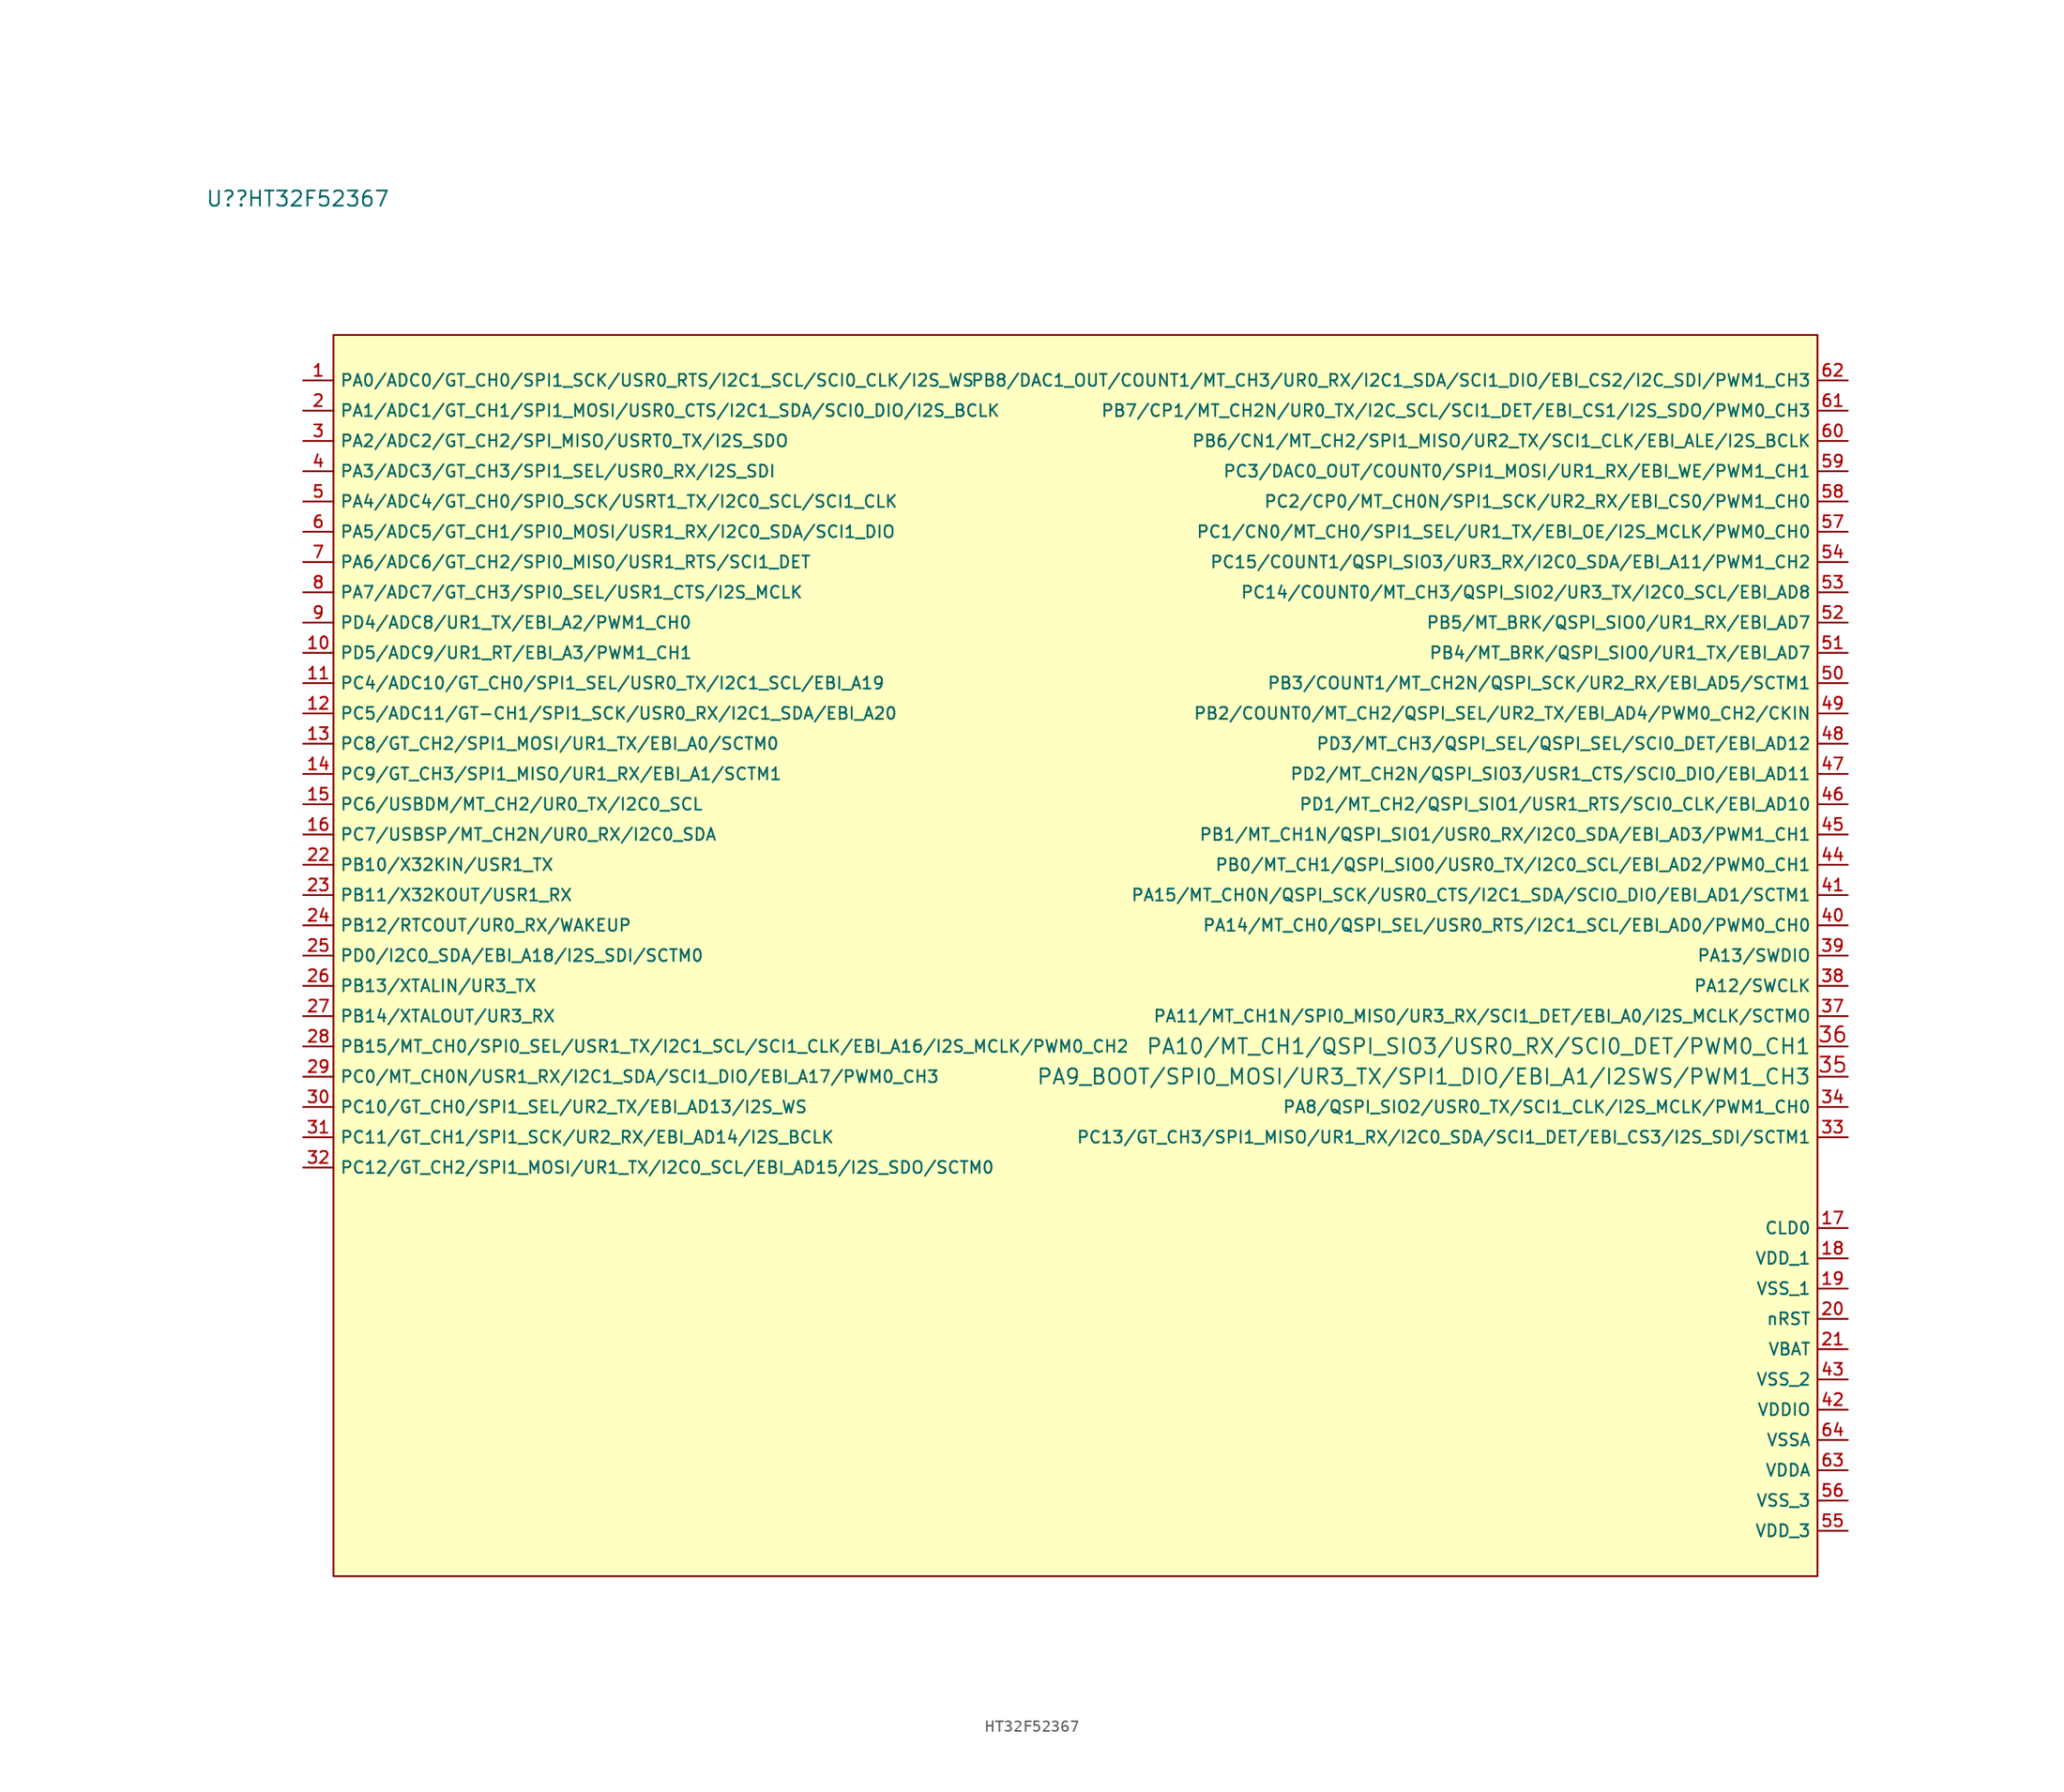
<source format=kicad_sym>
(kicad_symbol_lib
  (version 20211014)
  (generator kicad_symbol_editor)
  (symbol "HT32F52367"
    (property "Reference" "U?"
      (at -41.91 59.69 0)
      (effects (font (size 1.27 1.27))))
    (property "Value" "HT32F52367"
      (at -34.29 59.69 0)
      (effects (font (size 1.27 1.27))))
    (symbol "HT32F52367_0_1"
      (rectangle (start -33.02 48.26) (end 91.44 -55.88) (stroke (width 0) (type default) (color 0 0 0 0)) (fill (type background))))
    (symbol "HT32F52367_1_1"
      (pin passive line (at -35.56 44.45 0) (length 2.54) (name "PA0/ADC0/GT_CH0/SPI1_SCK/USR0_RTS/I2C1_SCL/SCI0_CLK/I2S_WS" (effects (font (size 1 1)))) (number "1" (effects (font (size 1 1)))))
      (pin passive line (at -35.56 21.59 0) (length 2.54) (name "PD5/ADC9/UR1_RT/EBI_A3/PWM1_CH1" (effects (font (size 1 1)))) (number "10" (effects (font (size 1 1)))))
      (pin passive line (at -35.56 19.05 0) (length 2.54) (name "PC4/ADC10/GT_CH0/SPI1_SEL/USR0_TX/I2C1_SCL/EBI_A19" (effects (font (size 1 1)))) (number "11" (effects (font (size 1 1)))))
      (pin passive line (at -35.56 16.51 0) (length 2.54) (name "PC5/ADC11/GT-CH1/SPI1_SCK/USR0_RX/I2C1_SDA/EBI_A20" (effects (font (size 1 1)))) (number "12" (effects (font (size 1 1)))))
      (pin passive line (at -35.56 13.97 0) (length 2.54) (name "PC8/GT_CH2/SPI1_MOSI/UR1_TX/EBI_A0/SCTM0" (effects (font (size 1 1)))) (number "13" (effects (font (size 1 1)))))
      (pin passive line (at -35.56 11.43 0) (length 2.54) (name "PC9/GT_CH3/SPI1_MISO/UR1_RX/EBI_A1/SCTM1" (effects (font (size 1 1)))) (number "14" (effects (font (size 1 1)))))
      (pin passive line (at -35.56 8.89 0) (length 2.54) (name "PC6/USBDM/MT_CH2/UR0_TX/I2C0_SCL" (effects (font (size 1 1)))) (number "15" (effects (font (size 1 1)))))
      (pin passive line (at -35.56 6.35 0) (length 2.54) (name "PC7/USBSP/MT_CH2N/UR0_RX/I2C0_SDA" (effects (font (size 1 1)))) (number "16" (effects (font (size 1 1)))))
      (pin passive line (at 93.98 -26.67 180) (length 2.54) (name "CLD0" (effects (font (size 1 1)))) (number "17" (effects (font (size 1 1)))))
      (pin passive line (at 93.98 -29.21 180) (length 2.54) (name "VDD_1" (effects (font (size 1 1)))) (number "18" (effects (font (size 1 1)))))
      (pin passive line (at 93.98 -31.75 180) (length 2.54) (name "VSS_1" (effects (font (size 1 1)))) (number "19" (effects (font (size 1 1)))))
      (pin passive line (at -35.56 41.91 0) (length 2.54) (name "PA1/ADC1/GT_CH1/SPI1_MOSI/USR0_CTS/I2C1_SDA/SCI0_DIO/I2S_BCLK" (effects (font (size 1 1)))) (number "2" (effects (font (size 1 1)))))
      (pin passive line (at 93.98 -34.29 180) (length 2.54) (name "nRST" (effects (font (size 1 1)))) (number "20" (effects (font (size 1 1)))))
      (pin passive line (at 93.98 -36.83 180) (length 2.54) (name "VBAT" (effects (font (size 1 1)))) (number "21" (effects (font (size 1 1)))))
      (pin passive line (at -35.56 3.81 0) (length 2.54) (name "PB10/X32KIN/USR1_TX" (effects (font (size 1 1)))) (number "22" (effects (font (size 1 1)))))
      (pin passive line (at -35.56 1.27 0) (length 2.54) (name "PB11/X32KOUT/USR1_RX" (effects (font (size 1 1)))) (number "23" (effects (font (size 1 1)))))
      (pin passive line (at -35.56 -1.27 0) (length 2.54) (name "PB12/RTCOUT/UR0_RX/WAKEUP" (effects (font (size 1 1)))) (number "24" (effects (font (size 1 1)))))
      (pin passive line (at -35.56 -3.81 0) (length 2.54) (name "PD0/I2C0_SDA/EBI_A18/I2S_SDI/SCTM0" (effects (font (size 1 1)))) (number "25" (effects (font (size 1 1)))))
      (pin passive line (at -35.56 -6.35 0) (length 2.54) (name "PB13/XTALIN/UR3_TX" (effects (font (size 1 1)))) (number "26" (effects (font (size 1 1)))))
      (pin passive line (at -35.56 -8.89 0) (length 2.54) (name "PB14/XTALOUT/UR3_RX" (effects (font (size 1 1)))) (number "27" (effects (font (size 1 1)))))
      (pin passive line (at -35.56 -11.43 0) (length 2.54) (name "PB15/MT_CH0/SPI0_SEL/USR1_TX/I2C1_SCL/SCI1_CLK/EBI_A16/I2S_MCLK/PWM0_CH2" (effects (font (size 1 1)))) (number "28" (effects (font (size 1 1)))))
      (pin passive line (at -35.56 -13.97 0) (length 2.54) (name "PC0/MT_CH0N/USR1_RX/I2C1_SDA/SCI1_DIO/EBI_A17/PWM0_CH3" (effects (font (size 1 1)))) (number "29" (effects (font (size 1 1)))))
      (pin passive line (at -35.56 39.37 0) (length 2.54) (name "PA2/ADC2/GT_CH2/SPI_MISO/USRT0_TX/I2S_SDO" (effects (font (size 1 1)))) (number "3" (effects (font (size 1 1)))))
      (pin passive line (at -35.56 -16.51 0) (length 2.54) (name "PC10/GT_CH0/SPI1_SEL/UR2_TX/EBI_AD13/I2S_WS" (effects (font (size 1 1)))) (number "30" (effects (font (size 1 1)))))
      (pin passive line (at -35.56 -19.05 0) (length 2.54) (name "PC11/GT_CH1/SPI1_SCK/UR2_RX/EBI_AD14/I2S_BCLK" (effects (font (size 1 1)))) (number "31" (effects (font (size 1 1)))))
      (pin passive line (at -35.56 -21.59 0) (length 2.54) (name "PC12/GT_CH2/SPI1_MOSI/UR1_TX/I2C0_SCL/EBI_AD15/I2S_SDO/SCTM0" (effects (font (size 1 1)))) (number "32" (effects (font (size 1 1)))))
      (pin passive line (at 93.98 -19.05 180) (length 2.54) (name "PC13/GT_CH3/SPI1_MISO/UR1_RX/I2C0_SDA/SCI1_DET/EBI_CS3/I2S_SDI/SCTM1" (effects (font (size 1 1)))) (number "33" (effects (font (size 1 1)))))
      (pin passive line (at 93.98 -16.51 180) (length 2.54) (name "PA8/QSPI_SIO2/USR0_TX/SCI1_CLK/I2S_MCLK/PWM1_CH0" (effects (font (size 1 1)))) (number "34" (effects (font (size 1 1)))))
      (pin passive line (at 93.98 -13.97 180) (length 2.54) (name "PA9_BOOT/SPI0_MOSI/UR3_TX/SPI1_DIO/EBI_A1/I2SWS/PWM1_CH3" (effects (font (size 1.27 1.27)))) (number "35" (effects (font (size 1.27 1.27)))))
      (pin passive line (at 93.98 -11.43 180) (length 2.54) (name "PA10/MT_CH1/QSPI_SIO3/USR0_RX/SCI0_DET/PWM0_CH1" (effects (font (size 1.27 1.27)))) (number "36" (effects (font (size 1.27 1.27)))))
      (pin passive line (at 93.98 -8.89 180) (length 2.54) (name "PA11/MT_CH1N/SPI0_MISO/UR3_RX/SCI1_DET/EBI_A0/I2S_MCLK/SCTMO" (effects (font (size 1 1)))) (number "37" (effects (font (size 1 1)))))
      (pin passive line (at 93.98 -6.35 180) (length 2.54) (name "PA12/SWCLK" (effects (font (size 1 1)))) (number "38" (effects (font (size 1 1)))))
      (pin passive line (at 93.98 -3.81 180) (length 2.54) (name "PA13/SWDIO" (effects (font (size 1 1)))) (number "39" (effects (font (size 1 1)))))
      (pin passive line (at -35.56 36.83 0) (length 2.54) (name "PA3/ADC3/GT_CH3/SPI1_SEL/USR0_RX/I2S_SDI" (effects (font (size 1 1)))) (number "4" (effects (font (size 1 1)))))
      (pin passive line (at 93.98 -1.27 180) (length 2.54) (name "PA14/MT_CH0/QSPI_SEL/USR0_RTS/I2C1_SCL/EBI_AD0/PWM0_CH0" (effects (font (size 1 1)))) (number "40" (effects (font (size 1 1)))))
      (pin passive line (at 93.98 1.27 180) (length 2.54) (name "PA15/MT_CH0N/QSPI_SCK/USR0_CTS/I2C1_SDA/SCIO_DIO/EBI_AD1/SCTM1" (effects (font (size 1 1)))) (number "41" (effects (font (size 1 1)))))
      (pin passive line (at 93.98 -41.91 180) (length 2.54) (name "VDDIO" (effects (font (size 1 1)))) (number "42" (effects (font (size 1 1)))))
      (pin passive line (at 93.98 -39.37 180) (length 2.54) (name "VSS_2" (effects (font (size 1 1)))) (number "43" (effects (font (size 1 1)))))
      (pin passive line (at 93.98 3.81 180) (length 2.54) (name "PB0/MT_CH1/QSPI_SIO0/USR0_TX/I2C0_SCL/EBI_AD2/PWM0_CH1" (effects (font (size 1 1)))) (number "44" (effects (font (size 1 1)))))
      (pin passive line (at 93.98 6.35 180) (length 2.54) (name "PB1/MT_CH1N/QSPI_SIO1/USR0_RX/I2C0_SDA/EBI_AD3/PWM1_CH1" (effects (font (size 1 1)))) (number "45" (effects (font (size 1 1)))))
      (pin passive line (at 93.98 8.89 180) (length 2.54) (name "PD1/MT_CH2/QSPI_SIO1/USR1_RTS/SCI0_CLK/EBI_AD10" (effects (font (size 1 1)))) (number "46" (effects (font (size 1 1)))))
      (pin passive line (at 93.98 11.43 180) (length 2.54) (name "PD2/MT_CH2N/QSPI_SIO3/USR1_CTS/SCI0_DIO/EBI_AD11" (effects (font (size 1 1)))) (number "47" (effects (font (size 1 1)))))
      (pin passive line (at 93.98 13.97 180) (length 2.54) (name "PD3/MT_CH3/QSPI_SEL/QSPI_SEL/SCI0_DET/EBI_AD12" (effects (font (size 1 1)))) (number "48" (effects (font (size 1 1)))))
      (pin passive line (at 93.98 16.51 180) (length 2.54) (name "PB2/COUNT0/MT_CH2/QSPI_SEL/UR2_TX/EBI_AD4/PWM0_CH2/CKIN" (effects (font (size 1 1)))) (number "49" (effects (font (size 1 1)))))
      (pin passive line (at -35.56 34.29 0) (length 2.54) (name "PA4/ADC4/GT_CH0/SPIO_SCK/USRT1_TX/I2C0_SCL/SCI1_CLK" (effects (font (size 1 1)))) (number "5" (effects (font (size 1 1)))))
      (pin passive line (at 93.98 19.05 180) (length 2.54) (name "PB3/COUNT1/MT_CH2N/QSPI_SCK/UR2_RX/EBI_AD5/SCTM1" (effects (font (size 1 1)))) (number "50" (effects (font (size 1 1)))))
      (pin passive line (at 93.98 21.59 180) (length 2.54) (name "PB4/MT_BRK/QSPI_SIO0/UR1_TX/EBI_AD7" (effects (font (size 1 1)))) (number "51" (effects (font (size 1 1)))))
      (pin passive line (at 93.98 24.13 180) (length 2.54) (name "PB5/MT_BRK/QSPI_SIO0/UR1_RX/EBI_AD7" (effects (font (size 1 1)))) (number "52" (effects (font (size 1 1)))))
      (pin passive line (at 93.98 26.67 180) (length 2.54) (name "PC14/COUNT0/MT_CH3/QSPI_SIO2/UR3_TX/I2C0_SCL/EBI_AD8" (effects (font (size 1 1)))) (number "53" (effects (font (size 1 1)))))
      (pin passive line (at 93.98 29.21 180) (length 2.54) (name "PC15/COUNT1/QSPI_SIO3/UR3_RX/I2C0_SDA/EBI_A11/PWM1_CH2" (effects (font (size 1 1)))) (number "54" (effects (font (size 1 1)))))
      (pin passive line (at 93.98 -52.07 180) (length 2.54) (name "VDD_3" (effects (font (size 1 1)))) (number "55" (effects (font (size 1 1)))))
      (pin passive line (at 93.98 -49.53 180) (length 2.54) (name "VSS_3" (effects (font (size 1 1)))) (number "56" (effects (font (size 1 1)))))
      (pin passive line (at 93.98 31.75 180) (length 2.54) (name "PC1/CN0/MT_CH0/SPI1_SEL/UR1_TX/EBI_OE/I2S_MCLK/PWM0_CH0" (effects (font (size 1 1)))) (number "57" (effects (font (size 1 1)))))
      (pin passive line (at 93.98 34.29 180) (length 2.54) (name "PC2/CP0/MT_CH0N/SPI1_SCK/UR2_RX/EBI_CS0/PWM1_CH0" (effects (font (size 1 1)))) (number "58" (effects (font (size 1 1)))))
      (pin passive line (at 93.98 36.83 180) (length 2.54) (name "PC3/DAC0_OUT/COUNT0/SPI1_MOSI/UR1_RX/EBI_WE/PWM1_CH1" (effects (font (size 1 1)))) (number "59" (effects (font (size 1 1)))))
      (pin passive line (at -35.56 31.75 0) (length 2.54) (name "PA5/ADC5/GT_CH1/SPI0_MOSI/USR1_RX/I2C0_SDA/SCI1_DIO" (effects (font (size 1 1)))) (number "6" (effects (font (size 1 1)))))
      (pin passive line (at 93.98 39.37 180) (length 2.54) (name "PB6/CN1/MT_CH2/SPI1_MISO/UR2_TX/SCI1_CLK/EBI_ALE/I2S_BCLK" (effects (font (size 1 1)))) (number "60" (effects (font (size 1 1)))))
      (pin passive line (at 93.98 41.91 180) (length 2.54) (name "PB7/CP1/MT_CH2N/UR0_TX/I2C_SCL/SCI1_DET/EBI_CS1/I2S_SDO/PWM0_CH3" (effects (font (size 1 1)))) (number "61" (effects (font (size 1 1)))))
      (pin passive line (at 93.98 44.45 180) (length 2.54) (name "PB8/DAC1_OUT/COUNT1/MT_CH3/UR0_RX/I2C1_SDA/SCI1_DIO/EBI_CS2/I2C_SDI/PWM1_CH3" (effects (font (size 1 1)))) (number "62" (effects (font (size 1 1)))))
      (pin passive line (at 93.98 -46.99 180) (length 2.54) (name "VDDA" (effects (font (size 1 1)))) (number "63" (effects (font (size 1 1)))))
      (pin passive line (at 93.98 -44.45 180) (length 2.54) (name "VSSA" (effects (font (size 1 1)))) (number "64" (effects (font (size 1 1)))))
      (pin passive line (at -35.56 29.21 0) (length 2.54) (name "PA6/ADC6/GT_CH2/SPI0_MISO/USR1_RTS/SCI1_DET" (effects (font (size 1 1)))) (number "7" (effects (font (size 1 1)))))
      (pin passive line (at -35.56 26.67 0) (length 2.54) (name "PA7/ADC7/GT_CH3/SPI0_SEL/USR1_CTS/I2S_MCLK" (effects (font (size 1 1)))) (number "8" (effects (font (size 1 1)))))
      (pin passive line (at -35.56 24.13 0) (length 2.54) (name "PD4/ADC8/UR1_TX/EBI_A2/PWM1_CH0" (effects (font (size 1 1)))) (number "9" (effects (font (size 1 1))))))))
</source>
